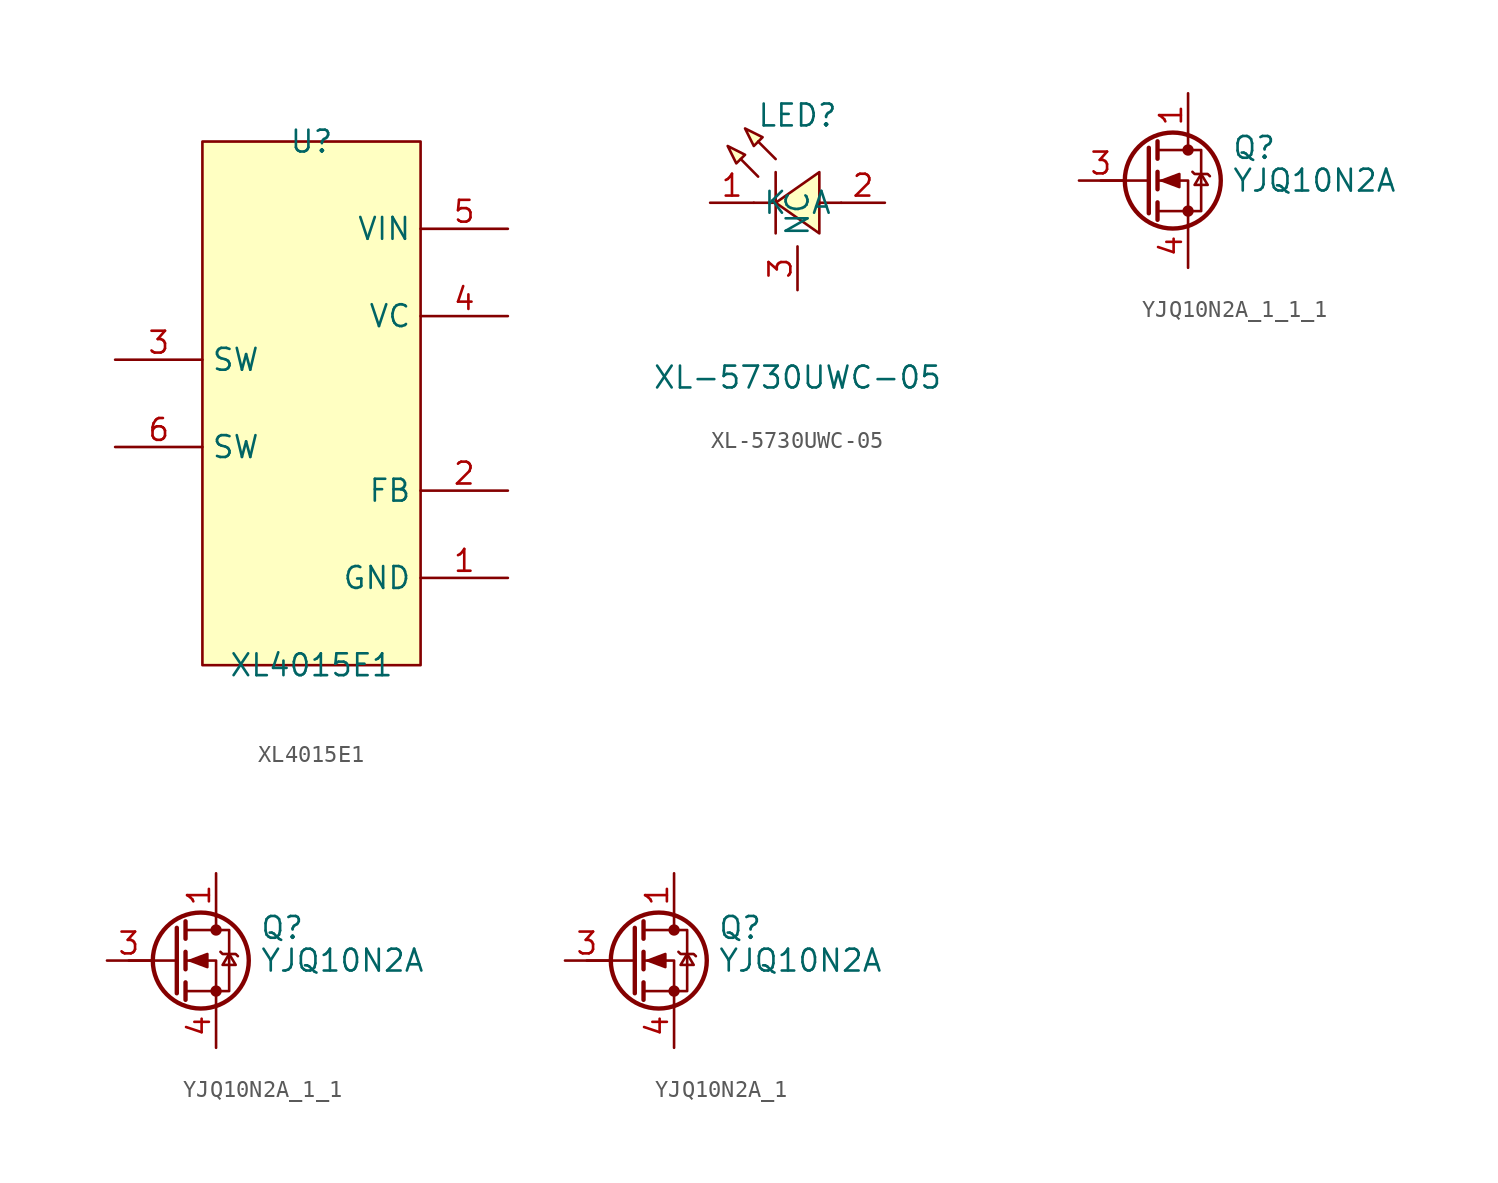
<source format=kicad_sym>
(kicad_symbol_lib
  (version 20241209)
  (generator "kicad_symbol_editor")
  (generator_version "9.0")
  (symbol "XL4015E1"
    (property "Reference" "U"
      (at 0 15.24 0)
      (effects (font (size 1.27 1.27))))
    (property "Value" "XL4015E1"
      (at 0 -15.24 0)
      (effects (font (size 1.27 1.27))))
    (symbol "XL4015E1_0_1"
      (rectangle (start -6.35 15.24) (end 6.35 -15.24) (stroke (width 0) (type default)) (fill (type background)))
      (pin unspecified line (at -11.43 2.54 0) (length 5.08) (name "SW" (effects (font (size 1.27 1.27)))) (number "3" (effects (font (size 1.27 1.27)))))
      (pin unspecified line (at -11.43 -2.54 0) (length 5.08) (name "SW" (effects (font (size 1.27 1.27)))) (number "6" (effects (font (size 1.27 1.27)))))
      (pin unspecified line (at 11.43 10.16 180) (length 5.08) (name "VIN" (effects (font (size 1.27 1.27)))) (number "5" (effects (font (size 1.27 1.27)))))
      (pin unspecified line (at 11.43 5.08 180) (length 5.08) (name "VC" (effects (font (size 1.27 1.27)))) (number "4" (effects (font (size 1.27 1.27)))))
      (pin unspecified line (at 11.43 -5.08 180) (length 5.08) (name "FB" (effects (font (size 1.27 1.27)))) (number "2" (effects (font (size 1.27 1.27)))))
      (pin unspecified line (at 11.43 -10.16 180) (length 5.08) (name "GND" (effects (font (size 1.27 1.27)))) (number "1" (effects (font (size 1.27 1.27)))))))
  (symbol "XL-5730UWC-05"
    (property "Reference" "LED"
      (at 0 5.08 0)
      (effects (font (size 1.27 1.27))))
    (property "Value" "XL-5730UWC-05"
      (at 0 -10.16 0)
      (effects (font (size 1.27 1.27))))
    (symbol "XL-5730UWC-05_0_1"
      (polyline (pts (xy -4.06 3.3) (xy -3.05 2.79) (xy -3.56 2.29) (xy -4.06 3.3)) (stroke (width 0) (type default)) (fill (type background)))
      (polyline (pts (xy -3.05 4.32) (xy -2.03 3.81) (xy -2.54 3.3) (xy -3.05 4.32)) (stroke (width 0) (type default)) (fill (type background)))
      (polyline (pts (xy -2.29 1.52) (xy -3.3 2.54) (xy -2.29 1.52)) (stroke (width 0) (type default)) (fill (type background)))
      (polyline (pts (xy -1.27 2.54) (xy -2.29 3.56) (xy -1.27 2.54)) (stroke (width 0) (type default)) (fill (type background)))
      (polyline (pts (xy -1.27 1.78) (xy -1.27 -1.78)) (stroke (width 0) (type default)) (fill (type none)))
      (polyline (pts (xy -1.27 0) (xy -2.54 0)) (stroke (width 0) (type default)) (fill (type none)))
      (polyline (pts (xy 1.27 1.78) (xy -1.27 0) (xy 1.27 -1.78) (xy 1.27 1.78)) (stroke (width 0) (type default)) (fill (type background)))
      (polyline (pts (xy 2.54 0) (xy 1.27 0)) (stroke (width 0) (type default)) (fill (type none)))
      (pin unspecified line (at -5.08 0 0) (length 2.54) (name "K" (effects (font (size 1.27 1.27)))) (number "1" (effects (font (size 1.27 1.27)))))
      (pin unspecified line (at 0 -5.08 90) (length 2.54) (name "NC" (effects (font (size 1.27 1.27)))) (number "3" (effects (font (size 1.27 1.27)))))
      (pin unspecified line (at 5.08 0 180) (length 2.54) (name "A" (effects (font (size 1.27 1.27)))) (number "2" (effects (font (size 1.27 1.27)))))))
  (symbol "YJQ10N2A_1_1_1"
    (pin_names
      (hide yes))
    (property "Reference" "Q"
      (at 5.08 1.905 0)
      (effects (font (size 1.27 1.27)) (justify left)))
    (property "Value" "YJQ10N2A"
      (at 5.08 0 0)
      (effects (font (size 1.27 1.27)) (justify left)))
    (symbol "YJQ10N2A_1_1_1_0_1"
      (polyline (pts (xy 0.254 1.905) (xy 0.254 -1.905)) (stroke (width 0.254) (type default)) (fill (type none)))
      (polyline (pts (xy 0.254 0) (xy -2.54 0)) (stroke (width 0) (type default)) (fill (type none)))
      (polyline (pts (xy 0.762 2.286) (xy 0.762 1.27)) (stroke (width 0.254) (type default)) (fill (type none)))
      (polyline (pts (xy 0.762 0.508) (xy 0.762 -0.508)) (stroke (width 0.254) (type default)) (fill (type none)))
      (polyline (pts (xy 0.762 -1.27) (xy 0.762 -2.286)) (stroke (width 0.254) (type default)) (fill (type none)))
      (polyline (pts (xy 0.762 -1.778) (xy 3.302 -1.778) (xy 3.302 1.778) (xy 0.762 1.778)) (stroke (width 0) (type default)) (fill (type none)))
      (polyline (pts (xy 1.016 0) (xy 2.032 0.381) (xy 2.032 -0.381) (xy 1.016 0)) (stroke (width 0) (type default)) (fill (type outline)))
      (circle (center 1.651 0) (radius 2.794) (stroke (width 0.254) (type default)) (fill (type none)))
      (polyline (pts (xy 2.54 2.54) (xy 2.54 1.778)) (stroke (width 0) (type default)) (fill (type none)))
      (circle (center 2.54 1.778) (radius 0.254) (stroke (width 0) (type default)) (fill (type outline)))
      (circle (center 2.54 -1.778) (radius 0.254) (stroke (width 0) (type default)) (fill (type outline)))
      (polyline (pts (xy 2.54 -2.54) (xy 2.54 0) (xy 0.762 0)) (stroke (width 0) (type default)) (fill (type none)))
      (polyline (pts (xy 2.794 0.508) (xy 2.921 0.381) (xy 3.683 0.381) (xy 3.81 0.254)) (stroke (width 0) (type default)) (fill (type none)))
      (polyline (pts (xy 3.302 0.381) (xy 2.921 -0.254) (xy 3.683 -0.254) (xy 3.302 0.381)) (stroke (width 0) (type default)) (fill (type none))))
    (symbol "YJQ10N2A_1_1_1_1_1"
      (pin input line (at -3.81 0 0) (length 2.54) (name "G" (effects (font (size 1.27 1.27)))) (number "3" (effects (font (size 1.27 1.27)))))
      (pin passive line (at 2.54 5.08 270) (length 2.54) (name "D" (effects (font (size 1.27 1.27)))) (number "1" (effects (font (size 1.27 1.27)))))
      (pin passive line (at 2.54 5.08 270) (length 2.54) (hide yes) (name "D" (effects (font (size 1.27 1.27)))) (number "2" (effects (font (size 1.27 1.27)))))
      (pin passive line (at 2.54 5.08 270) (length 2.54) (hide yes) (name "D" (effects (font (size 1.27 1.27)))) (number "3" (effects (font (size 1.27 1.27)))))
      (pin passive line (at 2.54 5.08 270) (length 2.54) (hide yes) (name "D" (effects (font (size 1.27 1.27)))) (number "5" (effects (font (size 1.27 1.27)))))
      (pin passive line (at 2.54 5.08 270) (length 2.54) (hide yes) (name "D" (effects (font (size 1.27 1.27)))) (number "6" (effects (font (size 1.27 1.27)))))
      (pin passive line (at 2.54 5.08 270) (length 2.54) (hide yes) (name "D" (effects (font (size 1.27 1.27)))) (number "8" (effects (font (size 1.27 1.27)))))
      (pin passive line (at 2.54 -5.08 90) (length 2.54) (name "S" (effects (font (size 1.27 1.27)))) (number "4" (effects (font (size 1.27 1.27)))))
      (pin passive line (at 2.54 -5.08 90) (length 2.54) (hide yes) (name "S" (effects (font (size 1.27 1.27)))) (number "7" (effects (font (size 1.27 1.27)))))))
  (symbol "YJQ10N2A_1_1"
    (pin_names
      (hide yes))
    (property "Reference" "Q"
      (at 5.08 1.905 0)
      (effects (font (size 1.27 1.27)) (justify left)))
    (property "Value" "YJQ10N2A"
      (at 5.08 0 0)
      (effects (font (size 1.27 1.27)) (justify left)))
    (symbol "YJQ10N2A_1_1_0_1"
      (polyline (pts (xy 0.254 1.905) (xy 0.254 -1.905)) (stroke (width 0.254) (type default)) (fill (type none)))
      (polyline (pts (xy 0.254 0) (xy -2.54 0)) (stroke (width 0) (type default)) (fill (type none)))
      (polyline (pts (xy 0.762 2.286) (xy 0.762 1.27)) (stroke (width 0.254) (type default)) (fill (type none)))
      (polyline (pts (xy 0.762 0.508) (xy 0.762 -0.508)) (stroke (width 0.254) (type default)) (fill (type none)))
      (polyline (pts (xy 0.762 -1.27) (xy 0.762 -2.286)) (stroke (width 0.254) (type default)) (fill (type none)))
      (polyline (pts (xy 0.762 -1.778) (xy 3.302 -1.778) (xy 3.302 1.778) (xy 0.762 1.778)) (stroke (width 0) (type default)) (fill (type none)))
      (polyline (pts (xy 1.016 0) (xy 2.032 0.381) (xy 2.032 -0.381) (xy 1.016 0)) (stroke (width 0) (type default)) (fill (type outline)))
      (circle (center 1.651 0) (radius 2.794) (stroke (width 0.254) (type default)) (fill (type none)))
      (polyline (pts (xy 2.54 2.54) (xy 2.54 1.778)) (stroke (width 0) (type default)) (fill (type none)))
      (circle (center 2.54 1.778) (radius 0.254) (stroke (width 0) (type default)) (fill (type outline)))
      (circle (center 2.54 -1.778) (radius 0.254) (stroke (width 0) (type default)) (fill (type outline)))
      (polyline (pts (xy 2.54 -2.54) (xy 2.54 0) (xy 0.762 0)) (stroke (width 0) (type default)) (fill (type none)))
      (polyline (pts (xy 2.794 0.508) (xy 2.921 0.381) (xy 3.683 0.381) (xy 3.81 0.254)) (stroke (width 0) (type default)) (fill (type none)))
      (polyline (pts (xy 3.302 0.381) (xy 2.921 -0.254) (xy 3.683 -0.254) (xy 3.302 0.381)) (stroke (width 0) (type default)) (fill (type none))))
    (symbol "YJQ10N2A_1_1_1_1"
      (pin input line (at -3.81 0 0) (length 2.54) (name "G" (effects (font (size 1.27 1.27)))) (number "3" (effects (font (size 1.27 1.27)))))
      (pin passive line (at 2.54 5.08 270) (length 2.54) (name "D" (effects (font (size 1.27 1.27)))) (number "1" (effects (font (size 1.27 1.27)))))
      (pin passive line (at 2.54 5.08 270) (length 2.54) (hide yes) (name "D" (effects (font (size 1.27 1.27)))) (number "2" (effects (font (size 1.27 1.27)))))
      (pin passive line (at 2.54 5.08 270) (length 2.54) (hide yes) (name "D" (effects (font (size 1.27 1.27)))) (number "3" (effects (font (size 1.27 1.27)))))
      (pin passive line (at 2.54 5.08 270) (length 2.54) (hide yes) (name "D" (effects (font (size 1.27 1.27)))) (number "5" (effects (font (size 1.27 1.27)))))
      (pin passive line (at 2.54 5.08 270) (length 2.54) (hide yes) (name "D" (effects (font (size 1.27 1.27)))) (number "6" (effects (font (size 1.27 1.27)))))
      (pin passive line (at 2.54 5.08 270) (length 2.54) (hide yes) (name "D" (effects (font (size 1.27 1.27)))) (number "8" (effects (font (size 1.27 1.27)))))
      (pin passive line (at 2.54 -5.08 90) (length 2.54) (name "S" (effects (font (size 1.27 1.27)))) (number "4" (effects (font (size 1.27 1.27)))))
      (pin passive line (at 2.54 -5.08 90) (length 2.54) (hide yes) (name "S" (effects (font (size 1.27 1.27)))) (number "7" (effects (font (size 1.27 1.27)))))))
  (symbol "YJQ10N2A_1"
    (pin_names
      (hide yes))
    (property "Reference" "Q"
      (at 5.08 1.905 0)
      (effects (font (size 1.27 1.27)) (justify left)))
    (property "Value" "YJQ10N2A"
      (at 5.08 0 0)
      (effects (font (size 1.27 1.27)) (justify left)))
    (symbol "YJQ10N2A_1_0_1"
      (polyline (pts (xy 0.254 1.905) (xy 0.254 -1.905)) (stroke (width 0.254) (type default)) (fill (type none)))
      (polyline (pts (xy 0.254 0) (xy -2.54 0)) (stroke (width 0) (type default)) (fill (type none)))
      (polyline (pts (xy 0.762 2.286) (xy 0.762 1.27)) (stroke (width 0.254) (type default)) (fill (type none)))
      (polyline (pts (xy 0.762 0.508) (xy 0.762 -0.508)) (stroke (width 0.254) (type default)) (fill (type none)))
      (polyline (pts (xy 0.762 -1.27) (xy 0.762 -2.286)) (stroke (width 0.254) (type default)) (fill (type none)))
      (polyline (pts (xy 0.762 -1.778) (xy 3.302 -1.778) (xy 3.302 1.778) (xy 0.762 1.778)) (stroke (width 0) (type default)) (fill (type none)))
      (polyline (pts (xy 1.016 0) (xy 2.032 0.381) (xy 2.032 -0.381) (xy 1.016 0)) (stroke (width 0) (type default)) (fill (type outline)))
      (circle (center 1.651 0) (radius 2.794) (stroke (width 0.254) (type default)) (fill (type none)))
      (polyline (pts (xy 2.54 2.54) (xy 2.54 1.778)) (stroke (width 0) (type default)) (fill (type none)))
      (circle (center 2.54 1.778) (radius 0.254) (stroke (width 0) (type default)) (fill (type outline)))
      (circle (center 2.54 -1.778) (radius 0.254) (stroke (width 0) (type default)) (fill (type outline)))
      (polyline (pts (xy 2.54 -2.54) (xy 2.54 0) (xy 0.762 0)) (stroke (width 0) (type default)) (fill (type none)))
      (polyline (pts (xy 2.794 0.508) (xy 2.921 0.381) (xy 3.683 0.381) (xy 3.81 0.254)) (stroke (width 0) (type default)) (fill (type none)))
      (polyline (pts (xy 3.302 0.381) (xy 2.921 -0.254) (xy 3.683 -0.254) (xy 3.302 0.381)) (stroke (width 0) (type default)) (fill (type none))))
    (symbol "YJQ10N2A_1_1_1"
      (pin input line (at -3.81 0 0) (length 2.54) (name "G" (effects (font (size 1.27 1.27)))) (number "3" (effects (font (size 1.27 1.27)))))
      (pin passive line (at 2.54 5.08 270) (length 2.54) (name "D" (effects (font (size 1.27 1.27)))) (number "1" (effects (font (size 1.27 1.27)))))
      (pin passive line (at 2.54 5.08 270) (length 2.54) (hide yes) (name "D" (effects (font (size 1.27 1.27)))) (number "2" (effects (font (size 1.27 1.27)))))
      (pin passive line (at 2.54 5.08 270) (length 2.54) (hide yes) (name "D" (effects (font (size 1.27 1.27)))) (number "5" (effects (font (size 1.27 1.27)))))
      (pin passive line (at 2.54 5.08 270) (length 2.54) (hide yes) (name "D" (effects (font (size 1.27 1.27)))) (number "6" (effects (font (size 1.27 1.27)))))
      (pin passive line (at 2.54 5.08 270) (length 2.54) (hide yes) (name "D" (effects (font (size 1.27 1.27)))) (number "8" (effects (font (size 1.27 1.27)))))
      (pin passive line (at 2.54 -5.08 90) (length 2.54) (name "S" (effects (font (size 1.27 1.27)))) (number "4" (effects (font (size 1.27 1.27)))))
      (pin passive line (at 2.54 -5.08 90) (length 2.54) (hide yes) (name "S" (effects (font (size 1.27 1.27)))) (number "7" (effects (font (size 1.27 1.27))))))))
</source>
